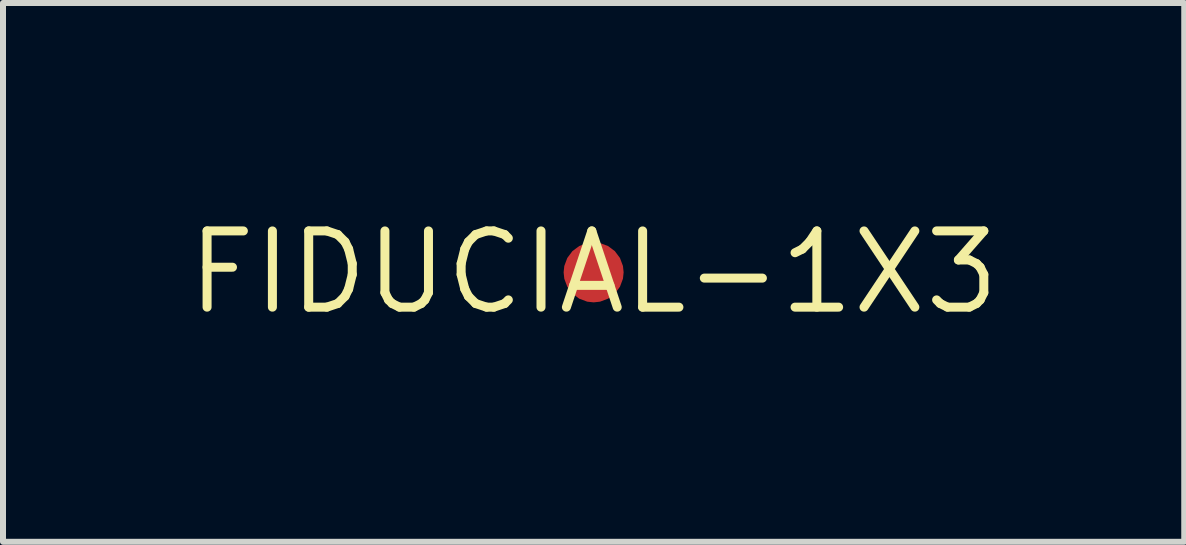
<source format=kicad_pcb>
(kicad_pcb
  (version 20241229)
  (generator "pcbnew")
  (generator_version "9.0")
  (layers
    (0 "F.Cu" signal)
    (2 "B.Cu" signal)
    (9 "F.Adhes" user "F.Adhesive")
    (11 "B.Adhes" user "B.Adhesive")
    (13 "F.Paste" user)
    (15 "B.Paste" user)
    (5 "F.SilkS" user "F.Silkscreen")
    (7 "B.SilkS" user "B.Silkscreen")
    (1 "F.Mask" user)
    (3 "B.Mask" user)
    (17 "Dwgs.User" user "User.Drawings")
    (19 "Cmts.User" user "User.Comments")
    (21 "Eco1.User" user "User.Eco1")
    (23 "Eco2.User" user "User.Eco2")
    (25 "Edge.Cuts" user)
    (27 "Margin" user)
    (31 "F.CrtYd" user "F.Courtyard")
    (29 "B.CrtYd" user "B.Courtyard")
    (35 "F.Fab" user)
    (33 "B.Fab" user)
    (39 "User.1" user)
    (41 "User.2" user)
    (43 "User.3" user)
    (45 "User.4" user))
  (footprint "FIDUCIAL-1X3"
    (layer "F.Cu")
    (at 6.841 1.488)
    (property "Reference" "FIDUCIAL-1X3" (at 0 0 0) (layer "F.SilkS") (effects (font (size 1.27 1.27) (thickness 0.15))))
    (fp_circle (center 0 0) (end 0.85 0) (stroke (width 1.27) (type solid)) (fill no) (layer "F.Mask"))
    (pad "1" smd roundrect (at 0 0) (size 1 1) (layers "F.Cu" "F.Mask") (roundrect_rratio 0.5))
    (zone (net_name "") (layer "F.Cu") (hatch edge 0.508) (connect_pads) (min_thickness 0.254) (filled_areas_thickness no) (keepout (tracks not_allowed) (vias not_allowed) (pads not_allowed) (copperpour not_allowed) (footprints allowed)) (placement (enabled no)) (fill) (polygon (pts (xy 8.33 1.488) (xy 8.307 1.23) (xy 8.24 0.979) (xy 8.13 0.744) (xy 7.981 0.532) (xy 7.798 0.348) (xy 7.585 0.199) (xy 7.35 0.09) (xy 7.1 0.023) (xy 6.841 0) (xy 6.583 0.023) (xy 6.332 0.09) (xy 6.097 0.199) (xy 5.884 0.348) (xy 5.701 0.532) (xy 5.552 0.744) (xy 5.442 0.979) (xy 5.375 1.23) (xy 5.353 1.488) (xy 5.375 1.747) (xy 5.442 1.998) (xy 5.552 2.233) (xy 5.701 2.445) (xy 5.884 2.629) (xy 6.097 2.778) (xy 6.332 2.887) (xy 6.583 2.954) (xy 6.841 2.977) (xy 7.1 2.954) (xy 7.35 2.887) (xy 7.585 2.778) (xy 7.798 2.629) (xy 7.981 2.445) (xy 8.13 2.233) (xy 8.24 1.998) (xy 8.307 1.747))) (polygon (pts (xy 8.203 1.488) (xy 8.182 1.252) (xy 8.12 1.023) (xy 8.02 0.808) (xy 7.884 0.613) (xy 7.716 0.446) (xy 7.522 0.309) (xy 7.307 0.209) (xy 7.078 0.148) (xy 6.841 0.127) (xy 6.605 0.148) (xy 6.375 0.209) (xy 6.16 0.309) (xy 5.966 0.446) (xy 5.798 0.613) (xy 5.662 0.808) (xy 5.562 1.023) (xy 5.5 1.252) (xy 5.48 1.488) (xy 5.5 1.725) (xy 5.562 1.954) (xy 5.662 2.169) (xy 5.798 2.364) (xy 5.966 2.531) (xy 6.16 2.668) (xy 6.375 2.768) (xy 6.605 2.829) (xy 6.841 2.85) (xy 7.078 2.829) (xy 7.307 2.768) (xy 7.522 2.668) (xy 7.716 2.531) (xy 7.884 2.364) (xy 8.02 2.169) (xy 8.12 1.954) (xy 8.182 1.725)))))
  (gr_rect
    (start -3 -3)
    (end 16.682 5.977)
    (stroke (width 0.1) (type default))
    (fill no)
    (layer "Edge.Cuts")))
</source>
